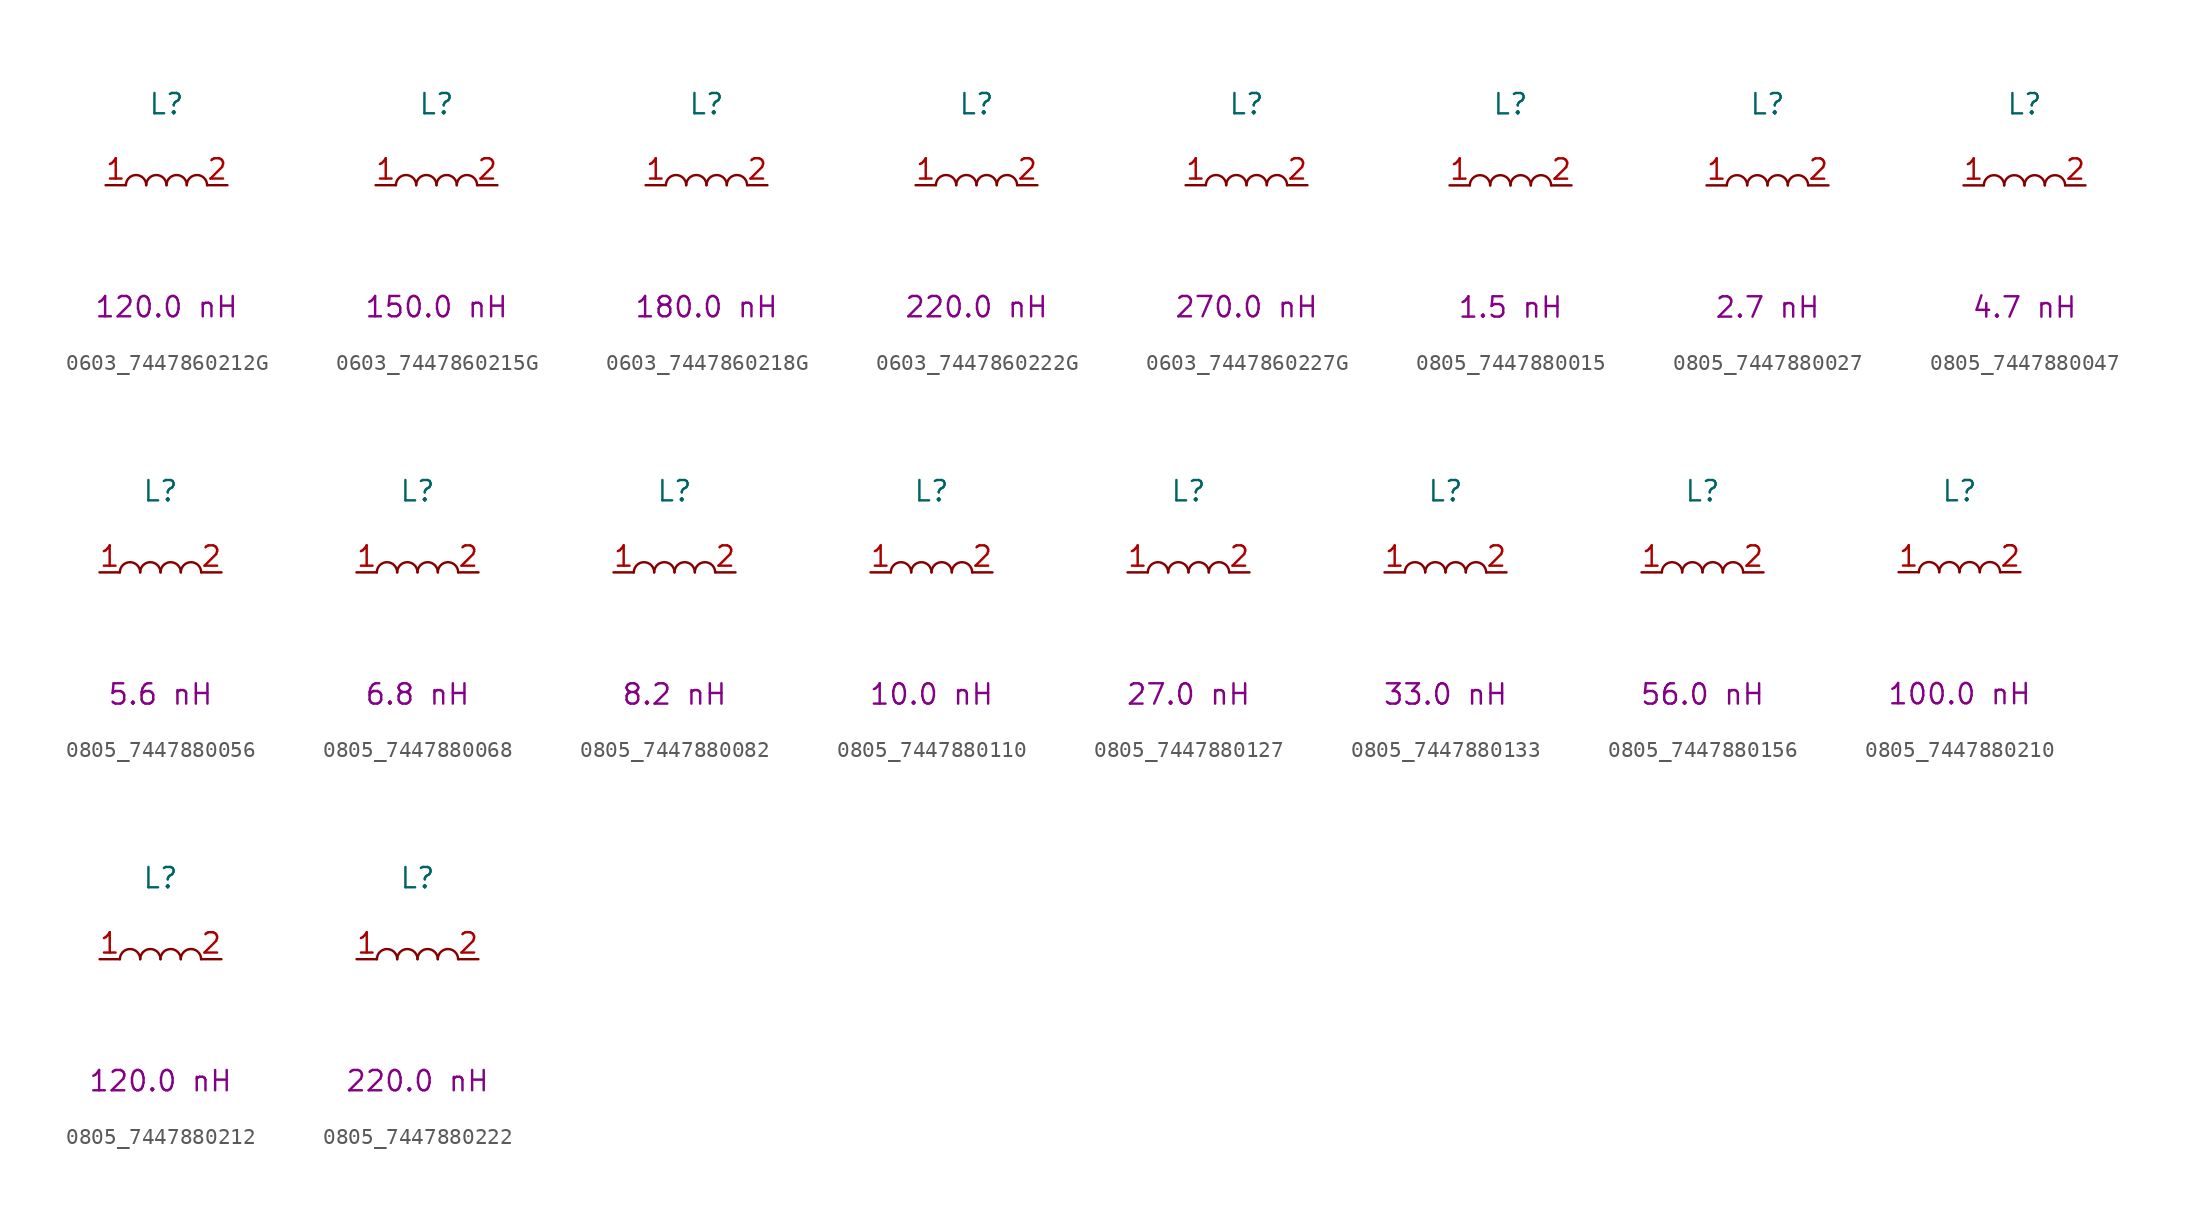
<source format=kicad_sym>
(kicad_symbol_lib
  (version 20220914)
  (generator kicad_symbol_editor)
  (symbol "0603_7447860212G"
    (pin_names hide)
    (property "Reference" "L"
      (at 0 5.08 0)
      (effects (font (size 1.27 1.27))))
    (property "Critical Parameter" "120.0 nH"
      (at 0 -7.62 0)
      (effects (font (size 1.27 1.27))))
    (symbol "0603_7447860212G_0_1"
      (arc (start -1.27 0) (mid -1.905 0.6323) (end -2.54 0) (stroke (width 0) (type default)) (fill (type none)))
      (arc (start 0 0) (mid -0.635 0.6323) (end -1.27 0) (stroke (width 0) (type default)) (fill (type none)))
      (arc (start 1.27 0) (mid 0.635 0.6323) (end 0 0) (stroke (width 0) (type default)) (fill (type none)))
      (arc (start 2.54 0) (mid 1.905 0.6323) (end 1.27 0) (stroke (width 0) (type default)) (fill (type none))))
    (symbol "0603_7447860212G_1_1"
      (pin passive line (at -3.81 0 0) (length 1.27) (name "1" (effects (font (size 1.27 1.27)))) (number "1" (effects (font (size 1.27 1.27)))))
      (pin passive line (at 3.81 0 180) (length 1.27) (name "2" (effects (font (size 1.27 1.27)))) (number "2" (effects (font (size 1.27 1.27)))))))
  (symbol "0603_7447860215G"
    (pin_names hide)
    (property "Reference" "L"
      (at 0 5.08 0)
      (effects (font (size 1.27 1.27))))
    (property "Critical Parameter" "150.0 nH"
      (at 0 -7.62 0)
      (effects (font (size 1.27 1.27))))
    (symbol "0603_7447860215G_0_1"
      (arc (start -1.27 0) (mid -1.905 0.6323) (end -2.54 0) (stroke (width 0) (type default)) (fill (type none)))
      (arc (start 0 0) (mid -0.635 0.6323) (end -1.27 0) (stroke (width 0) (type default)) (fill (type none)))
      (arc (start 1.27 0) (mid 0.635 0.6323) (end 0 0) (stroke (width 0) (type default)) (fill (type none)))
      (arc (start 2.54 0) (mid 1.905 0.6323) (end 1.27 0) (stroke (width 0) (type default)) (fill (type none))))
    (symbol "0603_7447860215G_1_1"
      (pin passive line (at -3.81 0 0) (length 1.27) (name "1" (effects (font (size 1.27 1.27)))) (number "1" (effects (font (size 1.27 1.27)))))
      (pin passive line (at 3.81 0 180) (length 1.27) (name "2" (effects (font (size 1.27 1.27)))) (number "2" (effects (font (size 1.27 1.27)))))))
  (symbol "0603_7447860218G"
    (pin_names hide)
    (property "Reference" "L"
      (at 0 5.08 0)
      (effects (font (size 1.27 1.27))))
    (property "Critical Parameter" "180.0 nH"
      (at 0 -7.62 0)
      (effects (font (size 1.27 1.27))))
    (symbol "0603_7447860218G_0_1"
      (arc (start -1.27 0) (mid -1.905 0.6323) (end -2.54 0) (stroke (width 0) (type default)) (fill (type none)))
      (arc (start 0 0) (mid -0.635 0.6323) (end -1.27 0) (stroke (width 0) (type default)) (fill (type none)))
      (arc (start 1.27 0) (mid 0.635 0.6323) (end 0 0) (stroke (width 0) (type default)) (fill (type none)))
      (arc (start 2.54 0) (mid 1.905 0.6323) (end 1.27 0) (stroke (width 0) (type default)) (fill (type none))))
    (symbol "0603_7447860218G_1_1"
      (pin passive line (at -3.81 0 0) (length 1.27) (name "1" (effects (font (size 1.27 1.27)))) (number "1" (effects (font (size 1.27 1.27)))))
      (pin passive line (at 3.81 0 180) (length 1.27) (name "2" (effects (font (size 1.27 1.27)))) (number "2" (effects (font (size 1.27 1.27)))))))
  (symbol "0603_7447860222G"
    (pin_names hide)
    (property "Reference" "L"
      (at 0 5.08 0)
      (effects (font (size 1.27 1.27))))
    (property "Critical Parameter" "220.0 nH"
      (at 0 -7.62 0)
      (effects (font (size 1.27 1.27))))
    (symbol "0603_7447860222G_0_1"
      (arc (start -1.27 0) (mid -1.905 0.6323) (end -2.54 0) (stroke (width 0) (type default)) (fill (type none)))
      (arc (start 0 0) (mid -0.635 0.6323) (end -1.27 0) (stroke (width 0) (type default)) (fill (type none)))
      (arc (start 1.27 0) (mid 0.635 0.6323) (end 0 0) (stroke (width 0) (type default)) (fill (type none)))
      (arc (start 2.54 0) (mid 1.905 0.6323) (end 1.27 0) (stroke (width 0) (type default)) (fill (type none))))
    (symbol "0603_7447860222G_1_1"
      (pin passive line (at -3.81 0 0) (length 1.27) (name "1" (effects (font (size 1.27 1.27)))) (number "1" (effects (font (size 1.27 1.27)))))
      (pin passive line (at 3.81 0 180) (length 1.27) (name "2" (effects (font (size 1.27 1.27)))) (number "2" (effects (font (size 1.27 1.27)))))))
  (symbol "0603_7447860227G"
    (pin_names hide)
    (property "Reference" "L"
      (at 0 5.08 0)
      (effects (font (size 1.27 1.27))))
    (property "Critical Parameter" "270.0 nH"
      (at 0 -7.62 0)
      (effects (font (size 1.27 1.27))))
    (symbol "0603_7447860227G_0_1"
      (arc (start -1.27 0) (mid -1.905 0.6323) (end -2.54 0) (stroke (width 0) (type default)) (fill (type none)))
      (arc (start 0 0) (mid -0.635 0.6323) (end -1.27 0) (stroke (width 0) (type default)) (fill (type none)))
      (arc (start 1.27 0) (mid 0.635 0.6323) (end 0 0) (stroke (width 0) (type default)) (fill (type none)))
      (arc (start 2.54 0) (mid 1.905 0.6323) (end 1.27 0) (stroke (width 0) (type default)) (fill (type none))))
    (symbol "0603_7447860227G_1_1"
      (pin passive line (at -3.81 0 0) (length 1.27) (name "1" (effects (font (size 1.27 1.27)))) (number "1" (effects (font (size 1.27 1.27)))))
      (pin passive line (at 3.81 0 180) (length 1.27) (name "2" (effects (font (size 1.27 1.27)))) (number "2" (effects (font (size 1.27 1.27)))))))
  (symbol "0805_7447880015"
    (pin_names hide)
    (property "Reference" "L"
      (at 0 5.08 0)
      (effects (font (size 1.27 1.27))))
    (property "Critical Parameter" "1.5 nH"
      (at 0 -7.62 0)
      (effects (font (size 1.27 1.27))))
    (symbol "0805_7447880015_0_1"
      (arc (start -1.27 0) (mid -1.905 0.6323) (end -2.54 0) (stroke (width 0) (type default)) (fill (type none)))
      (arc (start 0 0) (mid -0.635 0.6323) (end -1.27 0) (stroke (width 0) (type default)) (fill (type none)))
      (arc (start 1.27 0) (mid 0.635 0.6323) (end 0 0) (stroke (width 0) (type default)) (fill (type none)))
      (arc (start 2.54 0) (mid 1.905 0.6323) (end 1.27 0) (stroke (width 0) (type default)) (fill (type none))))
    (symbol "0805_7447880015_1_1"
      (pin passive line (at -3.81 0 0) (length 1.27) (name "1" (effects (font (size 1.27 1.27)))) (number "1" (effects (font (size 1.27 1.27)))))
      (pin passive line (at 3.81 0 180) (length 1.27) (name "2" (effects (font (size 1.27 1.27)))) (number "2" (effects (font (size 1.27 1.27)))))))
  (symbol "0805_7447880027"
    (pin_names hide)
    (property "Reference" "L"
      (at 0 5.08 0)
      (effects (font (size 1.27 1.27))))
    (property "Critical Parameter" "2.7 nH"
      (at 0 -7.62 0)
      (effects (font (size 1.27 1.27))))
    (symbol "0805_7447880027_0_1"
      (arc (start -1.27 0) (mid -1.905 0.6323) (end -2.54 0) (stroke (width 0) (type default)) (fill (type none)))
      (arc (start 0 0) (mid -0.635 0.6323) (end -1.27 0) (stroke (width 0) (type default)) (fill (type none)))
      (arc (start 1.27 0) (mid 0.635 0.6323) (end 0 0) (stroke (width 0) (type default)) (fill (type none)))
      (arc (start 2.54 0) (mid 1.905 0.6323) (end 1.27 0) (stroke (width 0) (type default)) (fill (type none))))
    (symbol "0805_7447880027_1_1"
      (pin passive line (at -3.81 0 0) (length 1.27) (name "1" (effects (font (size 1.27 1.27)))) (number "1" (effects (font (size 1.27 1.27)))))
      (pin passive line (at 3.81 0 180) (length 1.27) (name "2" (effects (font (size 1.27 1.27)))) (number "2" (effects (font (size 1.27 1.27)))))))
  (symbol "0805_7447880047"
    (pin_names hide)
    (property "Reference" "L"
      (at 0 5.08 0)
      (effects (font (size 1.27 1.27))))
    (property "Critical Parameter" "4.7 nH"
      (at 0 -7.62 0)
      (effects (font (size 1.27 1.27))))
    (symbol "0805_7447880047_0_1"
      (arc (start -1.27 0) (mid -1.905 0.6323) (end -2.54 0) (stroke (width 0) (type default)) (fill (type none)))
      (arc (start 0 0) (mid -0.635 0.6323) (end -1.27 0) (stroke (width 0) (type default)) (fill (type none)))
      (arc (start 1.27 0) (mid 0.635 0.6323) (end 0 0) (stroke (width 0) (type default)) (fill (type none)))
      (arc (start 2.54 0) (mid 1.905 0.6323) (end 1.27 0) (stroke (width 0) (type default)) (fill (type none))))
    (symbol "0805_7447880047_1_1"
      (pin passive line (at -3.81 0 0) (length 1.27) (name "1" (effects (font (size 1.27 1.27)))) (number "1" (effects (font (size 1.27 1.27)))))
      (pin passive line (at 3.81 0 180) (length 1.27) (name "2" (effects (font (size 1.27 1.27)))) (number "2" (effects (font (size 1.27 1.27)))))))
  (symbol "0805_7447880056"
    (pin_names hide)
    (property "Reference" "L"
      (at 0 5.08 0)
      (effects (font (size 1.27 1.27))))
    (property "Critical Parameter" "5.6 nH"
      (at 0 -7.62 0)
      (effects (font (size 1.27 1.27))))
    (symbol "0805_7447880056_0_1"
      (arc (start -1.27 0) (mid -1.905 0.6323) (end -2.54 0) (stroke (width 0) (type default)) (fill (type none)))
      (arc (start 0 0) (mid -0.635 0.6323) (end -1.27 0) (stroke (width 0) (type default)) (fill (type none)))
      (arc (start 1.27 0) (mid 0.635 0.6323) (end 0 0) (stroke (width 0) (type default)) (fill (type none)))
      (arc (start 2.54 0) (mid 1.905 0.6323) (end 1.27 0) (stroke (width 0) (type default)) (fill (type none))))
    (symbol "0805_7447880056_1_1"
      (pin passive line (at -3.81 0 0) (length 1.27) (name "1" (effects (font (size 1.27 1.27)))) (number "1" (effects (font (size 1.27 1.27)))))
      (pin passive line (at 3.81 0 180) (length 1.27) (name "2" (effects (font (size 1.27 1.27)))) (number "2" (effects (font (size 1.27 1.27)))))))
  (symbol "0805_7447880068"
    (pin_names hide)
    (property "Reference" "L"
      (at 0 5.08 0)
      (effects (font (size 1.27 1.27))))
    (property "Critical Parameter" "6.8 nH"
      (at 0 -7.62 0)
      (effects (font (size 1.27 1.27))))
    (symbol "0805_7447880068_0_1"
      (arc (start -1.27 0) (mid -1.905 0.6323) (end -2.54 0) (stroke (width 0) (type default)) (fill (type none)))
      (arc (start 0 0) (mid -0.635 0.6323) (end -1.27 0) (stroke (width 0) (type default)) (fill (type none)))
      (arc (start 1.27 0) (mid 0.635 0.6323) (end 0 0) (stroke (width 0) (type default)) (fill (type none)))
      (arc (start 2.54 0) (mid 1.905 0.6323) (end 1.27 0) (stroke (width 0) (type default)) (fill (type none))))
    (symbol "0805_7447880068_1_1"
      (pin passive line (at -3.81 0 0) (length 1.27) (name "1" (effects (font (size 1.27 1.27)))) (number "1" (effects (font (size 1.27 1.27)))))
      (pin passive line (at 3.81 0 180) (length 1.27) (name "2" (effects (font (size 1.27 1.27)))) (number "2" (effects (font (size 1.27 1.27)))))))
  (symbol "0805_7447880082"
    (pin_names hide)
    (property "Reference" "L"
      (at 0 5.08 0)
      (effects (font (size 1.27 1.27))))
    (property "Critical Parameter" "8.2 nH"
      (at 0 -7.62 0)
      (effects (font (size 1.27 1.27))))
    (symbol "0805_7447880082_0_1"
      (arc (start -1.27 0) (mid -1.905 0.6323) (end -2.54 0) (stroke (width 0) (type default)) (fill (type none)))
      (arc (start 0 0) (mid -0.635 0.6323) (end -1.27 0) (stroke (width 0) (type default)) (fill (type none)))
      (arc (start 1.27 0) (mid 0.635 0.6323) (end 0 0) (stroke (width 0) (type default)) (fill (type none)))
      (arc (start 2.54 0) (mid 1.905 0.6323) (end 1.27 0) (stroke (width 0) (type default)) (fill (type none))))
    (symbol "0805_7447880082_1_1"
      (pin passive line (at -3.81 0 0) (length 1.27) (name "1" (effects (font (size 1.27 1.27)))) (number "1" (effects (font (size 1.27 1.27)))))
      (pin passive line (at 3.81 0 180) (length 1.27) (name "2" (effects (font (size 1.27 1.27)))) (number "2" (effects (font (size 1.27 1.27)))))))
  (symbol "0805_7447880110"
    (pin_names hide)
    (property "Reference" "L"
      (at 0 5.08 0)
      (effects (font (size 1.27 1.27))))
    (property "Critical Parameter" "10.0 nH"
      (at 0 -7.62 0)
      (effects (font (size 1.27 1.27))))
    (symbol "0805_7447880110_0_1"
      (arc (start -1.27 0) (mid -1.905 0.6323) (end -2.54 0) (stroke (width 0) (type default)) (fill (type none)))
      (arc (start 0 0) (mid -0.635 0.6323) (end -1.27 0) (stroke (width 0) (type default)) (fill (type none)))
      (arc (start 1.27 0) (mid 0.635 0.6323) (end 0 0) (stroke (width 0) (type default)) (fill (type none)))
      (arc (start 2.54 0) (mid 1.905 0.6323) (end 1.27 0) (stroke (width 0) (type default)) (fill (type none))))
    (symbol "0805_7447880110_1_1"
      (pin passive line (at -3.81 0 0) (length 1.27) (name "1" (effects (font (size 1.27 1.27)))) (number "1" (effects (font (size 1.27 1.27)))))
      (pin passive line (at 3.81 0 180) (length 1.27) (name "2" (effects (font (size 1.27 1.27)))) (number "2" (effects (font (size 1.27 1.27)))))))
  (symbol "0805_7447880127"
    (pin_names hide)
    (property "Reference" "L"
      (at 0 5.08 0)
      (effects (font (size 1.27 1.27))))
    (property "Critical Parameter" "27.0 nH"
      (at 0 -7.62 0)
      (effects (font (size 1.27 1.27))))
    (symbol "0805_7447880127_0_1"
      (arc (start -1.27 0) (mid -1.905 0.6323) (end -2.54 0) (stroke (width 0) (type default)) (fill (type none)))
      (arc (start 0 0) (mid -0.635 0.6323) (end -1.27 0) (stroke (width 0) (type default)) (fill (type none)))
      (arc (start 1.27 0) (mid 0.635 0.6323) (end 0 0) (stroke (width 0) (type default)) (fill (type none)))
      (arc (start 2.54 0) (mid 1.905 0.6323) (end 1.27 0) (stroke (width 0) (type default)) (fill (type none))))
    (symbol "0805_7447880127_1_1"
      (pin passive line (at -3.81 0 0) (length 1.27) (name "1" (effects (font (size 1.27 1.27)))) (number "1" (effects (font (size 1.27 1.27)))))
      (pin passive line (at 3.81 0 180) (length 1.27) (name "2" (effects (font (size 1.27 1.27)))) (number "2" (effects (font (size 1.27 1.27)))))))
  (symbol "0805_7447880133"
    (pin_names hide)
    (property "Reference" "L"
      (at 0 5.08 0)
      (effects (font (size 1.27 1.27))))
    (property "Critical Parameter" "33.0 nH"
      (at 0 -7.62 0)
      (effects (font (size 1.27 1.27))))
    (symbol "0805_7447880133_0_1"
      (arc (start -1.27 0) (mid -1.905 0.6323) (end -2.54 0) (stroke (width 0) (type default)) (fill (type none)))
      (arc (start 0 0) (mid -0.635 0.6323) (end -1.27 0) (stroke (width 0) (type default)) (fill (type none)))
      (arc (start 1.27 0) (mid 0.635 0.6323) (end 0 0) (stroke (width 0) (type default)) (fill (type none)))
      (arc (start 2.54 0) (mid 1.905 0.6323) (end 1.27 0) (stroke (width 0) (type default)) (fill (type none))))
    (symbol "0805_7447880133_1_1"
      (pin passive line (at -3.81 0 0) (length 1.27) (name "1" (effects (font (size 1.27 1.27)))) (number "1" (effects (font (size 1.27 1.27)))))
      (pin passive line (at 3.81 0 180) (length 1.27) (name "2" (effects (font (size 1.27 1.27)))) (number "2" (effects (font (size 1.27 1.27)))))))
  (symbol "0805_7447880156"
    (pin_names hide)
    (property "Reference" "L"
      (at 0 5.08 0)
      (effects (font (size 1.27 1.27))))
    (property "Critical Parameter" "56.0 nH"
      (at 0 -7.62 0)
      (effects (font (size 1.27 1.27))))
    (symbol "0805_7447880156_0_1"
      (arc (start -1.27 0) (mid -1.905 0.6323) (end -2.54 0) (stroke (width 0) (type default)) (fill (type none)))
      (arc (start 0 0) (mid -0.635 0.6323) (end -1.27 0) (stroke (width 0) (type default)) (fill (type none)))
      (arc (start 1.27 0) (mid 0.635 0.6323) (end 0 0) (stroke (width 0) (type default)) (fill (type none)))
      (arc (start 2.54 0) (mid 1.905 0.6323) (end 1.27 0) (stroke (width 0) (type default)) (fill (type none))))
    (symbol "0805_7447880156_1_1"
      (pin passive line (at -3.81 0 0) (length 1.27) (name "1" (effects (font (size 1.27 1.27)))) (number "1" (effects (font (size 1.27 1.27)))))
      (pin passive line (at 3.81 0 180) (length 1.27) (name "2" (effects (font (size 1.27 1.27)))) (number "2" (effects (font (size 1.27 1.27)))))))
  (symbol "0805_7447880210"
    (pin_names hide)
    (property "Reference" "L"
      (at 0 5.08 0)
      (effects (font (size 1.27 1.27))))
    (property "Critical Parameter" "100.0 nH"
      (at 0 -7.62 0)
      (effects (font (size 1.27 1.27))))
    (symbol "0805_7447880210_0_1"
      (arc (start -1.27 0) (mid -1.905 0.6323) (end -2.54 0) (stroke (width 0) (type default)) (fill (type none)))
      (arc (start 0 0) (mid -0.635 0.6323) (end -1.27 0) (stroke (width 0) (type default)) (fill (type none)))
      (arc (start 1.27 0) (mid 0.635 0.6323) (end 0 0) (stroke (width 0) (type default)) (fill (type none)))
      (arc (start 2.54 0) (mid 1.905 0.6323) (end 1.27 0) (stroke (width 0) (type default)) (fill (type none))))
    (symbol "0805_7447880210_1_1"
      (pin passive line (at -3.81 0 0) (length 1.27) (name "1" (effects (font (size 1.27 1.27)))) (number "1" (effects (font (size 1.27 1.27)))))
      (pin passive line (at 3.81 0 180) (length 1.27) (name "2" (effects (font (size 1.27 1.27)))) (number "2" (effects (font (size 1.27 1.27)))))))
  (symbol "0805_7447880212"
    (pin_names hide)
    (property "Reference" "L"
      (at 0 5.08 0)
      (effects (font (size 1.27 1.27))))
    (property "Critical Parameter" "120.0 nH"
      (at 0 -7.62 0)
      (effects (font (size 1.27 1.27))))
    (symbol "0805_7447880212_0_1"
      (arc (start -1.27 0) (mid -1.905 0.6323) (end -2.54 0) (stroke (width 0) (type default)) (fill (type none)))
      (arc (start 0 0) (mid -0.635 0.6323) (end -1.27 0) (stroke (width 0) (type default)) (fill (type none)))
      (arc (start 1.27 0) (mid 0.635 0.6323) (end 0 0) (stroke (width 0) (type default)) (fill (type none)))
      (arc (start 2.54 0) (mid 1.905 0.6323) (end 1.27 0) (stroke (width 0) (type default)) (fill (type none))))
    (symbol "0805_7447880212_1_1"
      (pin passive line (at -3.81 0 0) (length 1.27) (name "1" (effects (font (size 1.27 1.27)))) (number "1" (effects (font (size 1.27 1.27)))))
      (pin passive line (at 3.81 0 180) (length 1.27) (name "2" (effects (font (size 1.27 1.27)))) (number "2" (effects (font (size 1.27 1.27)))))))
  (symbol "0805_7447880222"
    (pin_names hide)
    (property "Reference" "L"
      (at 0 5.08 0)
      (effects (font (size 1.27 1.27))))
    (property "Critical Parameter" "220.0 nH"
      (at 0 -7.62 0)
      (effects (font (size 1.27 1.27))))
    (symbol "0805_7447880222_0_1"
      (arc (start -1.27 0) (mid -1.905 0.6323) (end -2.54 0) (stroke (width 0) (type default)) (fill (type none)))
      (arc (start 0 0) (mid -0.635 0.6323) (end -1.27 0) (stroke (width 0) (type default)) (fill (type none)))
      (arc (start 1.27 0) (mid 0.635 0.6323) (end 0 0) (stroke (width 0) (type default)) (fill (type none)))
      (arc (start 2.54 0) (mid 1.905 0.6323) (end 1.27 0) (stroke (width 0) (type default)) (fill (type none))))
    (symbol "0805_7447880222_1_1"
      (pin passive line (at -3.81 0 0) (length 1.27) (name "1" (effects (font (size 1.27 1.27)))) (number "1" (effects (font (size 1.27 1.27)))))
      (pin passive line (at 3.81 0 180) (length 1.27) (name "2" (effects (font (size 1.27 1.27)))) (number "2" (effects (font (size 1.27 1.27))))))))
</source>
